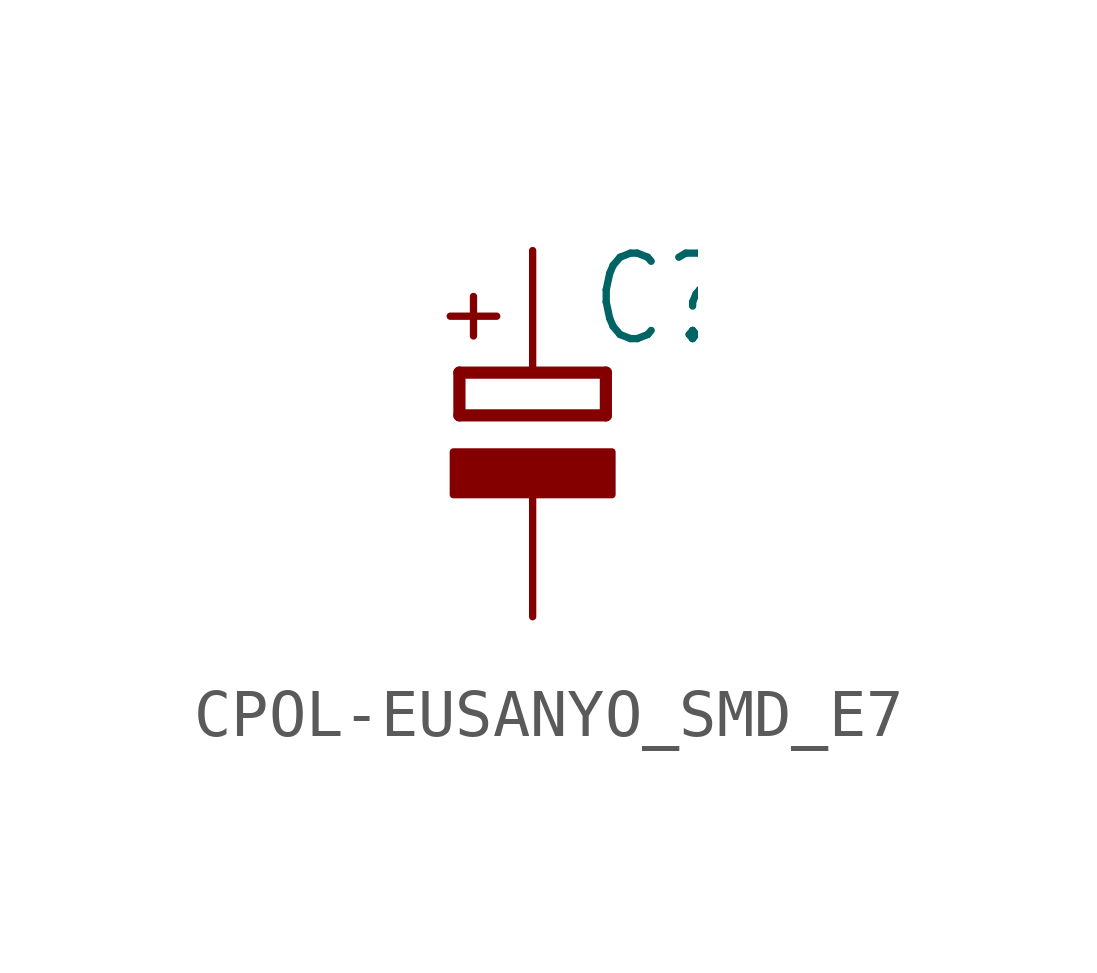
<source format=kicad_sym>
(kicad_symbol_lib
  (version 20231120)
  (generator "kicad_symbol_editor")
  (generator_version "8.0")
  (symbol "CPOL-EUSANYO_SMD_E7"
    (property "Reference" "C"
      (at 1.143 0.483 0)
      (effects (font (size 1.778 1.511)) (justify left bottom)))
    (property "Value" ""
      (at 1.143 -4.597 0)
      (effects (font (size 1.778 1.511)) (justify left bottom)))
    (property "ki_locked" ""
      (at 0 0 0)
      (effects (font (size 1.27 1.27))))
    (symbol "CPOL-EUSANYO_SMD_E7_1_0"
      (rectangle (start -1.651 -2.54) (end 1.651 -1.651) (stroke (width 0) (type default)) (fill (type outline)))
      (polyline (pts (xy -1.524 -0.889) (xy 1.524 -0.889)) (stroke (width 0.254) (type solid)) (fill (type none)))
      (polyline (pts (xy -1.524 0) (xy -1.524 -0.889)) (stroke (width 0.254) (type solid)) (fill (type none)))
      (polyline (pts (xy -1.524 0) (xy 1.524 0)) (stroke (width 0.254) (type solid)) (fill (type none)))
      (polyline (pts (xy 1.524 -0.889) (xy 1.524 0)) (stroke (width 0.254) (type solid)) (fill (type none)))
      (text "+" (at -0.584 0.406 900) (effects (font (size 1.27 1.079)) (justify left bottom)))
      (pin passive line (at 0 2.54 270) (length 2.54) (name "+" (effects (font (size 0 0)))) (number "+" (effects (font (size 0 0)))))
      (pin passive line (at 0 -5.08 90) (length 2.54) (name "-" (effects (font (size 0 0)))) (number "-" (effects (font (size 0 0))))))))
</source>
